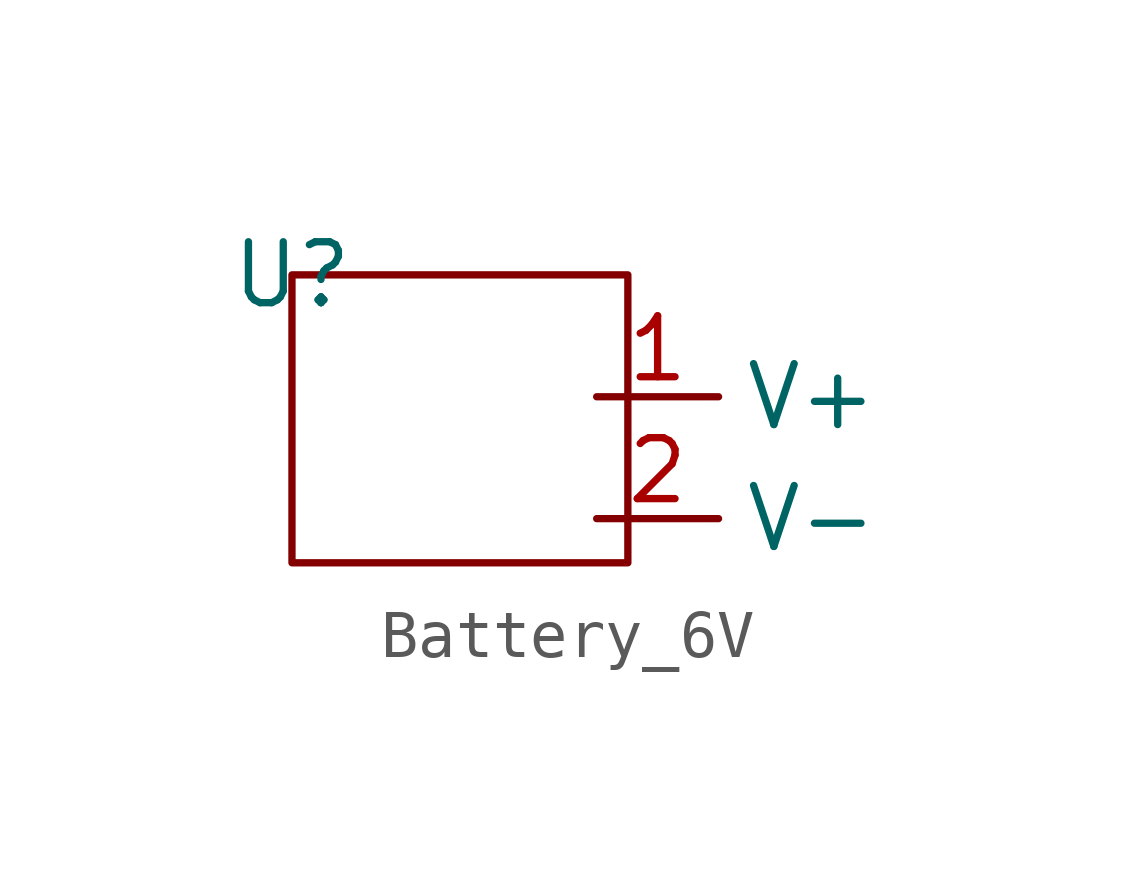
<source format=kicad_sym>
(kicad_symbol_lib
  (version 20231120)
  (generator "kicad_symbol_editor")
  (generator_version "8.0")
  (symbol "Battery_6V"
    (property "Reference" "U"
      (at 0 0 0)
      (effects (font (size 1.27 1.27))))
    (property "Value" ""
      (at 0 0 0)
      (effects (font (size 1.27 1.27))))
    (symbol "Battery_6V_0_1"
      (rectangle (start 0 0) (end 7 -6) (stroke (width 0) (type default)) (fill (type none))))
    (symbol "Battery_6V_1_1"
      (pin input line (at 6.35 -2.54 0) (length 2.54) (name "V+" (effects (font (size 1.27 1.27)))) (number "1" (effects (font (size 1.27 1.27)))))
      (pin input line (at 6.35 -5.08 0) (length 2.54) (name "V-" (effects (font (size 1.27 1.27)))) (number "2" (effects (font (size 1.27 1.27))))))))
</source>
